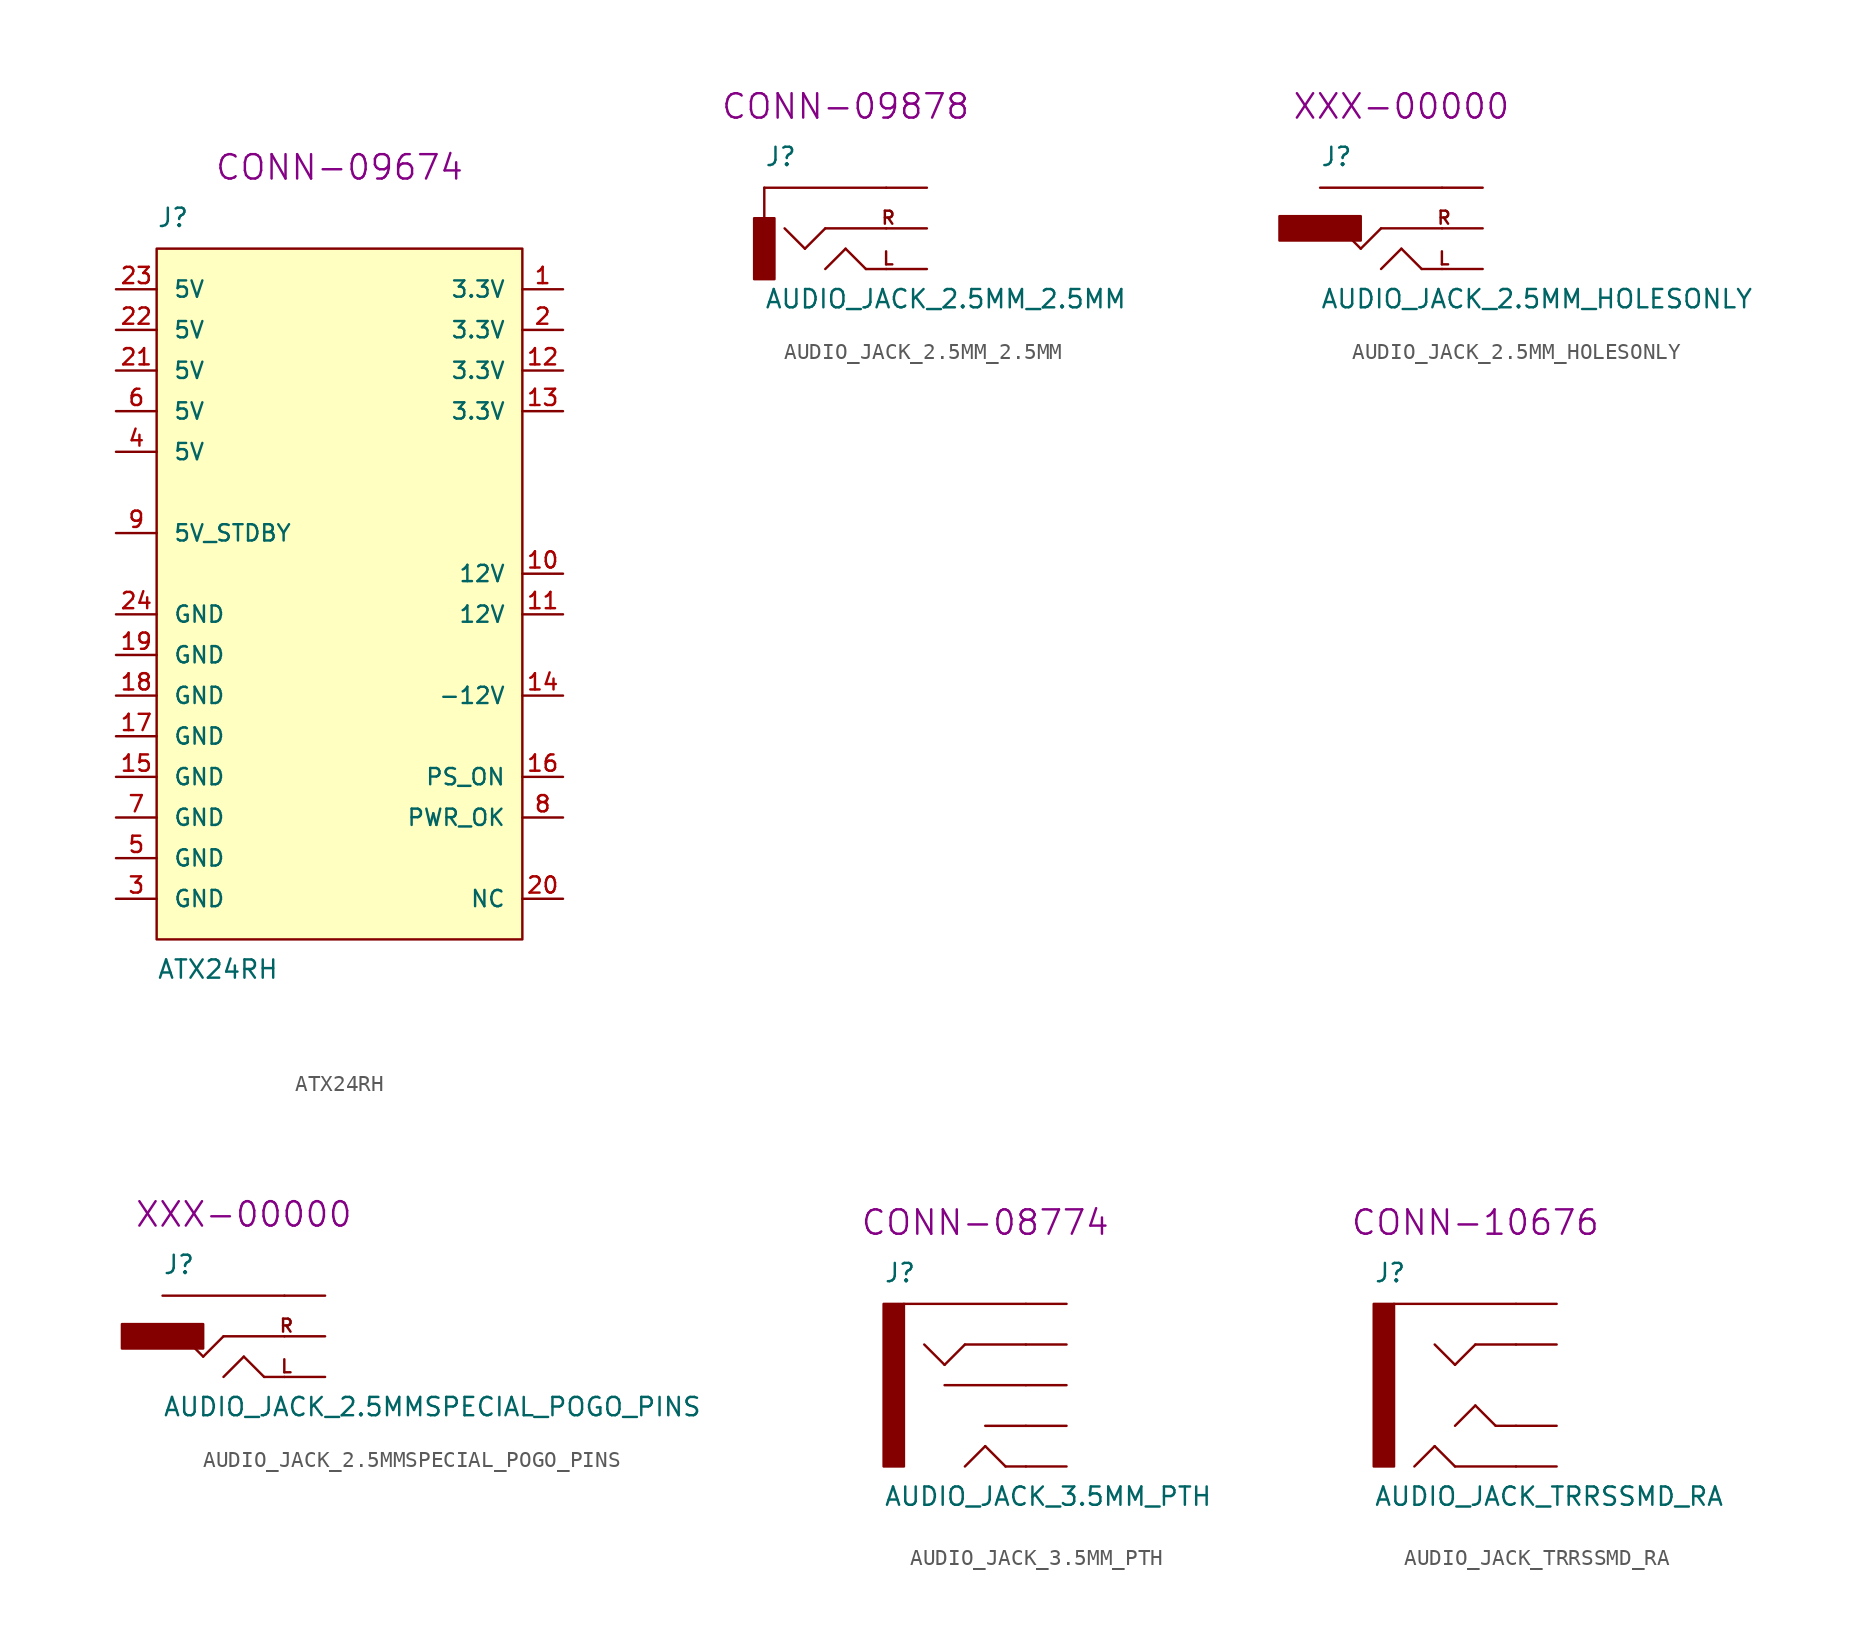
<source format=kicad_sym>
(kicad_symbol_lib
  (version 20201005)
  (generator kicad_symbol_editor)
  (symbol "ATX24RH"
    (pin_names
      (offset 1.016))
    (property "Reference" "J"
      (at -11.43 21.59 0)
      (effects (font (size 1.143 1.143)) (justify left bottom)))
    (property "Value" "ATX24RH"
      (at -11.43 -25.4 0)
      (effects (font (size 1.143 1.143)) (justify left bottom)))
    (property "Field4" "CONN-09674"
      (at 0 25.4 0)
      (effects (font (size 1.524 1.524))))
    (property "ki_locked" ""
      (at 0 0 0)
      (effects (font (size 1.27 1.27))))
    (symbol "ATX24RH_1_1"
      (polyline (pts (xy -11.43 -22.86) (xy -11.43 20.32) (xy 11.43 20.32) (xy 11.43 -22.86) (xy -11.43 -22.86)) (stroke (width 0)) (fill (type background)))
      (pin bidirectional line (at 13.97 17.78 180) (length 2.54) (name "3.3V" (effects (font (size 1.016 1.016)))) (number "1" (effects (font (size 1.016 1.016)))))
      (pin bidirectional line (at 13.97 15.24 180) (length 2.54) (name "3.3V" (effects (font (size 1.016 1.016)))) (number "2" (effects (font (size 1.016 1.016)))))
      (pin bidirectional line (at -13.97 -20.32 0) (length 2.54) (name "GND" (effects (font (size 1.016 1.016)))) (number "3" (effects (font (size 1.016 1.016)))))
      (pin bidirectional line (at -13.97 7.62 0) (length 2.54) (name "5V" (effects (font (size 1.016 1.016)))) (number "4" (effects (font (size 1.016 1.016)))))
      (pin bidirectional line (at -13.97 -17.78 0) (length 2.54) (name "GND" (effects (font (size 1.016 1.016)))) (number "5" (effects (font (size 1.016 1.016)))))
      (pin bidirectional line (at -13.97 10.16 0) (length 2.54) (name "5V" (effects (font (size 1.016 1.016)))) (number "6" (effects (font (size 1.016 1.016)))))
      (pin bidirectional line (at -13.97 -15.24 0) (length 2.54) (name "GND" (effects (font (size 1.016 1.016)))) (number "7" (effects (font (size 1.016 1.016)))))
      (pin bidirectional line (at 13.97 -15.24 180) (length 2.54) (name "PWR_OK" (effects (font (size 1.016 1.016)))) (number "8" (effects (font (size 1.016 1.016)))))
      (pin bidirectional line (at -13.97 2.54 0) (length 2.54) (name "5V_STDBY" (effects (font (size 1.016 1.016)))) (number "9" (effects (font (size 1.016 1.016)))))
      (pin bidirectional line (at 13.97 0 180) (length 2.54) (name "12V" (effects (font (size 1.016 1.016)))) (number "10" (effects (font (size 1.016 1.016)))))
      (pin bidirectional line (at 13.97 -20.32 180) (length 2.54) (name "NC" (effects (font (size 1.016 1.016)))) (number "20" (effects (font (size 1.016 1.016)))))
      (pin bidirectional line (at 13.97 -2.54 180) (length 2.54) (name "12V" (effects (font (size 1.016 1.016)))) (number "11" (effects (font (size 1.016 1.016)))))
      (pin bidirectional line (at -13.97 12.7 0) (length 2.54) (name "5V" (effects (font (size 1.016 1.016)))) (number "21" (effects (font (size 1.016 1.016)))))
      (pin bidirectional line (at 13.97 12.7 180) (length 2.54) (name "3.3V" (effects (font (size 1.016 1.016)))) (number "12" (effects (font (size 1.016 1.016)))))
      (pin bidirectional line (at -13.97 15.24 0) (length 2.54) (name "5V" (effects (font (size 1.016 1.016)))) (number "22" (effects (font (size 1.016 1.016)))))
      (pin bidirectional line (at 13.97 10.16 180) (length 2.54) (name "3.3V" (effects (font (size 1.016 1.016)))) (number "13" (effects (font (size 1.016 1.016)))))
      (pin bidirectional line (at -13.97 17.78 0) (length 2.54) (name "5V" (effects (font (size 1.016 1.016)))) (number "23" (effects (font (size 1.016 1.016)))))
      (pin bidirectional line (at 13.97 -7.62 180) (length 2.54) (name "-12V" (effects (font (size 1.016 1.016)))) (number "14" (effects (font (size 1.016 1.016)))))
      (pin bidirectional line (at -13.97 -2.54 0) (length 2.54) (name "GND" (effects (font (size 1.016 1.016)))) (number "24" (effects (font (size 1.016 1.016)))))
      (pin bidirectional line (at -13.97 -12.7 0) (length 2.54) (name "GND" (effects (font (size 1.016 1.016)))) (number "15" (effects (font (size 1.016 1.016)))))
      (pin bidirectional line (at 13.97 -12.7 180) (length 2.54) (name "PS_ON" (effects (font (size 1.016 1.016)))) (number "16" (effects (font (size 1.016 1.016)))))
      (pin bidirectional line (at -13.97 -10.16 0) (length 2.54) (name "GND" (effects (font (size 1.016 1.016)))) (number "17" (effects (font (size 1.016 1.016)))))
      (pin bidirectional line (at -13.97 -7.62 0) (length 2.54) (name "GND" (effects (font (size 1.016 1.016)))) (number "18" (effects (font (size 1.016 1.016)))))
      (pin bidirectional line (at -13.97 -5.08 0) (length 2.54) (name "GND" (effects (font (size 1.016 1.016)))) (number "19" (effects (font (size 1.016 1.016)))))))
  (symbol "AUDIO_JACK_2.5MM_2.5MM"
    (pin_numbers hide)
    (pin_names
      (offset 1.016) hide)
    (property "Reference" "J"
      (at -5.08 3.81 0)
      (effects (font (size 1.143 1.143)) (justify left bottom)))
    (property "Value" "AUDIO_JACK_2.5MM_2.5MM"
      (at -5.08 -5.08 0)
      (effects (font (size 1.143 1.143)) (justify left bottom)))
    (property "Field4" "CONN-09878"
      (at 0 7.62 0)
      (effects (font (size 1.524 1.524))))
    (property "ki_locked" ""
      (at 0 0 0)
      (effects (font (size 1.27 1.27))))
    (symbol "AUDIO_JACK_2.5MM_2.5MM_0_1"
      (rectangle (start -5.715 0.635) (end -4.445 -3.175) (stroke (width 0)) (fill (type outline)))
      (polyline (pts (xy -5.08 2.54) (xy -5.08 0.635)) (stroke (width 0)) (fill (type none))))
    (symbol "AUDIO_JACK_2.5MM_2.5MM_1_0"
      (text "L" (at 2.667 -1.88 0) (effects (font (size 0.813 0.813))))
      (text "R" (at 2.667 0.66 0) (effects (font (size 0.813 0.813))))
      (polyline (pts (xy -2.54 -1.27) (xy -3.81 0)) (stroke (width 0)) (fill (type none)))
      (polyline (pts (xy -1.27 -2.54) (xy 0 -1.27)) (stroke (width 0)) (fill (type none)))
      (polyline (pts (xy -1.27 0) (xy -2.54 -1.27)) (stroke (width 0)) (fill (type none)))
      (polyline (pts (xy 0 -1.27) (xy 1.27 -2.54)) (stroke (width 0)) (fill (type none)))
      (polyline (pts (xy 1.27 -2.54) (xy 2.54 -2.54)) (stroke (width 0)) (fill (type none)))
      (polyline (pts (xy 2.54 0) (xy -1.27 0)) (stroke (width 0)) (fill (type none)))
      (polyline (pts (xy 2.54 2.54) (xy -5.08 2.54)) (stroke (width 0)) (fill (type none))))
    (symbol "AUDIO_JACK_2.5MM_2.5MM_1_1"
      (pin bidirectional line (at 5.08 0 180) (length 2.54) (name "RIGHT" (effects (font (size 1.016 1.016)))) (number "TIP" (effects (font (size 1.016 1.016)))))
      (pin bidirectional line (at 5.08 -2.54 180) (length 2.54) (name "LEFT" (effects (font (size 1.016 1.016)))) (number "SHIE" (effects (font (size 1.016 1.016)))))
      (pin bidirectional line (at 5.08 2.54 180) (length 2.54) (name "SLEEVE" (effects (font (size 1.016 1.016)))) (number "RING" (effects (font (size 1.016 1.016)))))))
  (symbol "AUDIO_JACK_2.5MM_HOLESONLY"
    (pin_numbers hide)
    (pin_names
      (offset 1.016) hide)
    (property "Reference" "J"
      (at -5.08 3.81 0)
      (effects (font (size 1.143 1.143)) (justify left bottom)))
    (property "Value" "AUDIO_JACK_2.5MM_HOLESONLY"
      (at -5.08 -5.08 0)
      (effects (font (size 1.143 1.143)) (justify left bottom)))
    (property "Field4" "XXX-00000"
      (at 0 7.62 0)
      (effects (font (size 1.524 1.524))))
    (property "ki_locked" ""
      (at 0 0 0)
      (effects (font (size 1.27 1.27))))
    (symbol "AUDIO_JACK_2.5MM_HOLESONLY_1_0"
      (text "L" (at 2.667 -1.88 0) (effects (font (size 0.813 0.813))))
      (text "R" (at 2.667 0.66 0) (effects (font (size 0.813 0.813))))
      (polyline (pts (xy -2.54 -1.27) (xy -3.81 0)) (stroke (width 0)) (fill (type none)))
      (polyline (pts (xy -1.27 -2.54) (xy 0 -1.27)) (stroke (width 0)) (fill (type none)))
      (polyline (pts (xy -1.27 0) (xy -2.54 -1.27)) (stroke (width 0)) (fill (type none)))
      (polyline (pts (xy 0 -1.27) (xy 1.27 -2.54)) (stroke (width 0)) (fill (type none)))
      (polyline (pts (xy 1.27 -2.54) (xy 2.54 -2.54)) (stroke (width 0)) (fill (type none)))
      (polyline (pts (xy 2.54 0) (xy -1.27 0)) (stroke (width 0)) (fill (type none)))
      (polyline (pts (xy 2.54 2.54) (xy -5.08 2.54)) (stroke (width 0)) (fill (type none))))
    (symbol "AUDIO_JACK_2.5MM_HOLESONLY_1_1"
      (rectangle (start -7.62 -0.762) (end -2.54 0.762) (stroke (width 0)) (fill (type outline)))
      (pin bidirectional line (at 5.08 0 180) (length 2.54) (name "RIGHT" (effects (font (size 1.016 1.016)))) (number "TIP" (effects (font (size 1.016 1.016)))))
      (pin bidirectional line (at 5.08 -2.54 180) (length 2.54) (name "LEFT" (effects (font (size 1.016 1.016)))) (number "SHIE" (effects (font (size 1.016 1.016)))))
      (pin bidirectional line (at 5.08 2.54 180) (length 2.54) (name "SLEEVE" (effects (font (size 1.016 1.016)))) (number "RING" (effects (font (size 1.016 1.016)))))))
  (symbol "AUDIO_JACK_2.5MMSPECIAL_POGO_PINS"
    (pin_numbers hide)
    (pin_names
      (offset 1.016) hide)
    (property "Reference" "J"
      (at -5.08 3.81 0)
      (effects (font (size 1.143 1.143)) (justify left bottom)))
    (property "Value" "AUDIO_JACK_2.5MMSPECIAL_POGO_PINS"
      (at -5.08 -5.08 0)
      (effects (font (size 1.143 1.143)) (justify left bottom)))
    (property "Field4" "XXX-00000"
      (at 0 7.62 0)
      (effects (font (size 1.524 1.524))))
    (property "ki_locked" ""
      (at 0 0 0)
      (effects (font (size 1.27 1.27))))
    (symbol "AUDIO_JACK_2.5MMSPECIAL_POGO_PINS_1_0"
      (text "L" (at 2.667 -1.88 0) (effects (font (size 0.813 0.813))))
      (text "R" (at 2.667 0.66 0) (effects (font (size 0.813 0.813))))
      (polyline (pts (xy -2.54 -1.27) (xy -3.81 0)) (stroke (width 0)) (fill (type none)))
      (polyline (pts (xy -1.27 -2.54) (xy 0 -1.27)) (stroke (width 0)) (fill (type none)))
      (polyline (pts (xy -1.27 0) (xy -2.54 -1.27)) (stroke (width 0)) (fill (type none)))
      (polyline (pts (xy 0 -1.27) (xy 1.27 -2.54)) (stroke (width 0)) (fill (type none)))
      (polyline (pts (xy 1.27 -2.54) (xy 2.54 -2.54)) (stroke (width 0)) (fill (type none)))
      (polyline (pts (xy 2.54 0) (xy -1.27 0)) (stroke (width 0)) (fill (type none)))
      (polyline (pts (xy 2.54 2.54) (xy -5.08 2.54)) (stroke (width 0)) (fill (type none))))
    (symbol "AUDIO_JACK_2.5MMSPECIAL_POGO_PINS_1_1"
      (rectangle (start -7.62 -0.762) (end -2.54 0.762) (stroke (width 0)) (fill (type outline)))
      (pin bidirectional line (at 5.08 0 180) (length 2.54) (name "RIGHT" (effects (font (size 1.016 1.016)))) (number "TIP" (effects (font (size 1.016 1.016)))))
      (pin bidirectional line (at 5.08 -2.54 180) (length 2.54) (name "LEFT" (effects (font (size 1.016 1.016)))) (number "SHIE" (effects (font (size 1.016 1.016)))))
      (pin bidirectional line (at 5.08 2.54 180) (length 2.54) (name "SLEEVE" (effects (font (size 1.016 1.016)))) (number "RING" (effects (font (size 1.016 1.016)))))))
  (symbol "AUDIO_JACK_3.5MM_PTH"
    (pin_numbers hide)
    (pin_names
      (offset 1.016) hide)
    (property "Reference" "J"
      (at -6.35 6.35 0)
      (effects (font (size 1.143 1.143)) (justify left bottom)))
    (property "Value" "AUDIO_JACK_3.5MM_PTH"
      (at -6.35 -7.62 0)
      (effects (font (size 1.143 1.143)) (justify left bottom)))
    (property "Field4" "CONN-08774"
      (at 0 10.16 0)
      (effects (font (size 1.524 1.524))))
    (property "ki_locked" ""
      (at 0 0 0)
      (effects (font (size 1.27 1.27))))
    (symbol "AUDIO_JACK_3.5MM_PTH_1_0"
      (polyline (pts (xy -2.54 0) (xy 2.54 0)) (stroke (width 0)) (fill (type none)))
      (polyline (pts (xy -2.54 1.27) (xy -3.81 2.54)) (stroke (width 0)) (fill (type none)))
      (polyline (pts (xy -1.27 -5.08) (xy 0 -3.81)) (stroke (width 0)) (fill (type none)))
      (polyline (pts (xy -1.27 2.54) (xy -2.54 1.27)) (stroke (width 0)) (fill (type none)))
      (polyline (pts (xy 0 -3.81) (xy 1.27 -5.08)) (stroke (width 0)) (fill (type none)))
      (polyline (pts (xy 0 -2.54) (xy 2.54 -2.54)) (stroke (width 0)) (fill (type none)))
      (polyline (pts (xy 1.27 -5.08) (xy 2.54 -5.08)) (stroke (width 0)) (fill (type none)))
      (polyline (pts (xy 2.54 2.54) (xy -1.27 2.54)) (stroke (width 0)) (fill (type none)))
      (polyline (pts (xy 2.54 5.08) (xy -5.08 5.08)) (stroke (width 0)) (fill (type none))))
    (symbol "AUDIO_JACK_3.5MM_PTH_1_1"
      (rectangle (start -6.35 -5.08) (end -5.08 5.08) (stroke (width 0)) (fill (type outline)))
      (pin bidirectional line (at 5.08 0 180) (length 2.54) (name "RSH" (effects (font (size 1.016 1.016)))) (number "RSH" (effects (font (size 1.016 1.016)))))
      (pin bidirectional line (at 5.08 -2.54 180) (length 2.54) (name "TSH" (effects (font (size 1.016 1.016)))) (number "TSH" (effects (font (size 1.016 1.016)))))
      (pin bidirectional line (at 5.08 -5.08 180) (length 2.54) (name "TIP" (effects (font (size 1.016 1.016)))) (number "TIP" (effects (font (size 1.016 1.016)))))
      (pin bidirectional line (at 5.08 5.08 180) (length 2.54) (name "SLEEVE" (effects (font (size 1.016 1.016)))) (number "SLEE" (effects (font (size 1.016 1.016)))))
      (pin bidirectional line (at 5.08 2.54 180) (length 2.54) (name "RING" (effects (font (size 1.016 1.016)))) (number "RING" (effects (font (size 1.016 1.016)))))))
  (symbol "AUDIO_JACK_TRRSSMD_RA"
    (pin_numbers hide)
    (pin_names
      (offset 1.016) hide)
    (property "Reference" "J"
      (at -6.35 6.35 0)
      (effects (font (size 1.143 1.143)) (justify left bottom)))
    (property "Value" "AUDIO_JACK_TRRSSMD_RA"
      (at -6.35 -7.62 0)
      (effects (font (size 1.143 1.143)) (justify left bottom)))
    (property "Field4" "CONN-10676"
      (at 0 10.16 0)
      (effects (font (size 1.524 1.524))))
    (property "ki_locked" ""
      (at 0 0 0)
      (effects (font (size 1.27 1.27))))
    (symbol "AUDIO_JACK_TRRSSMD_RA_1_0"
      (polyline (pts (xy -3.81 -5.08) (xy -2.54 -3.81)) (stroke (width 0)) (fill (type none)))
      (polyline (pts (xy -2.54 -3.81) (xy -1.27 -5.08)) (stroke (width 0)) (fill (type none)))
      (polyline (pts (xy -1.27 -5.08) (xy 2.54 -5.08)) (stroke (width 0)) (fill (type none)))
      (polyline (pts (xy -1.27 -2.54) (xy 0 -1.27)) (stroke (width 0)) (fill (type none)))
      (polyline (pts (xy -1.27 1.27) (xy -2.54 2.54)) (stroke (width 0)) (fill (type none)))
      (polyline (pts (xy 0 -1.27) (xy 1.27 -2.54)) (stroke (width 0)) (fill (type none)))
      (polyline (pts (xy 0 2.54) (xy -1.27 1.27)) (stroke (width 0)) (fill (type none)))
      (polyline (pts (xy 1.27 -2.54) (xy 2.54 -2.54)) (stroke (width 0)) (fill (type none)))
      (polyline (pts (xy 2.54 2.54) (xy 0 2.54)) (stroke (width 0)) (fill (type none)))
      (polyline (pts (xy 2.54 5.08) (xy -5.08 5.08)) (stroke (width 0)) (fill (type none))))
    (symbol "AUDIO_JACK_TRRSSMD_RA_1_1"
      (rectangle (start -6.35 -5.08) (end -5.08 5.08) (stroke (width 0)) (fill (type outline)))
      (pin bidirectional line (at 5.08 -2.54 180) (length 2.54) (name "TIP" (effects (font (size 1.016 1.016)))) (number "TIP" (effects (font (size 1.016 1.016)))))
      (pin bidirectional line (at 5.08 2.54 180) (length 2.54) (name "RING1" (effects (font (size 1.016 1.016)))) (number "RING" (effects (font (size 1.016 1.016)))))
      (pin bidirectional line (at 5.08 -5.08 180) (length 2.54) (name "RING2" (effects (font (size 1.016 1.016)))) (number "RING" (effects (font (size 1.016 1.016)))))
      (pin bidirectional line (at 5.08 5.08 180) (length 2.54) (name "EARTH" (effects (font (size 1.016 1.016)))) (number "EART" (effects (font (size 1.016 1.016))))))))
</source>
